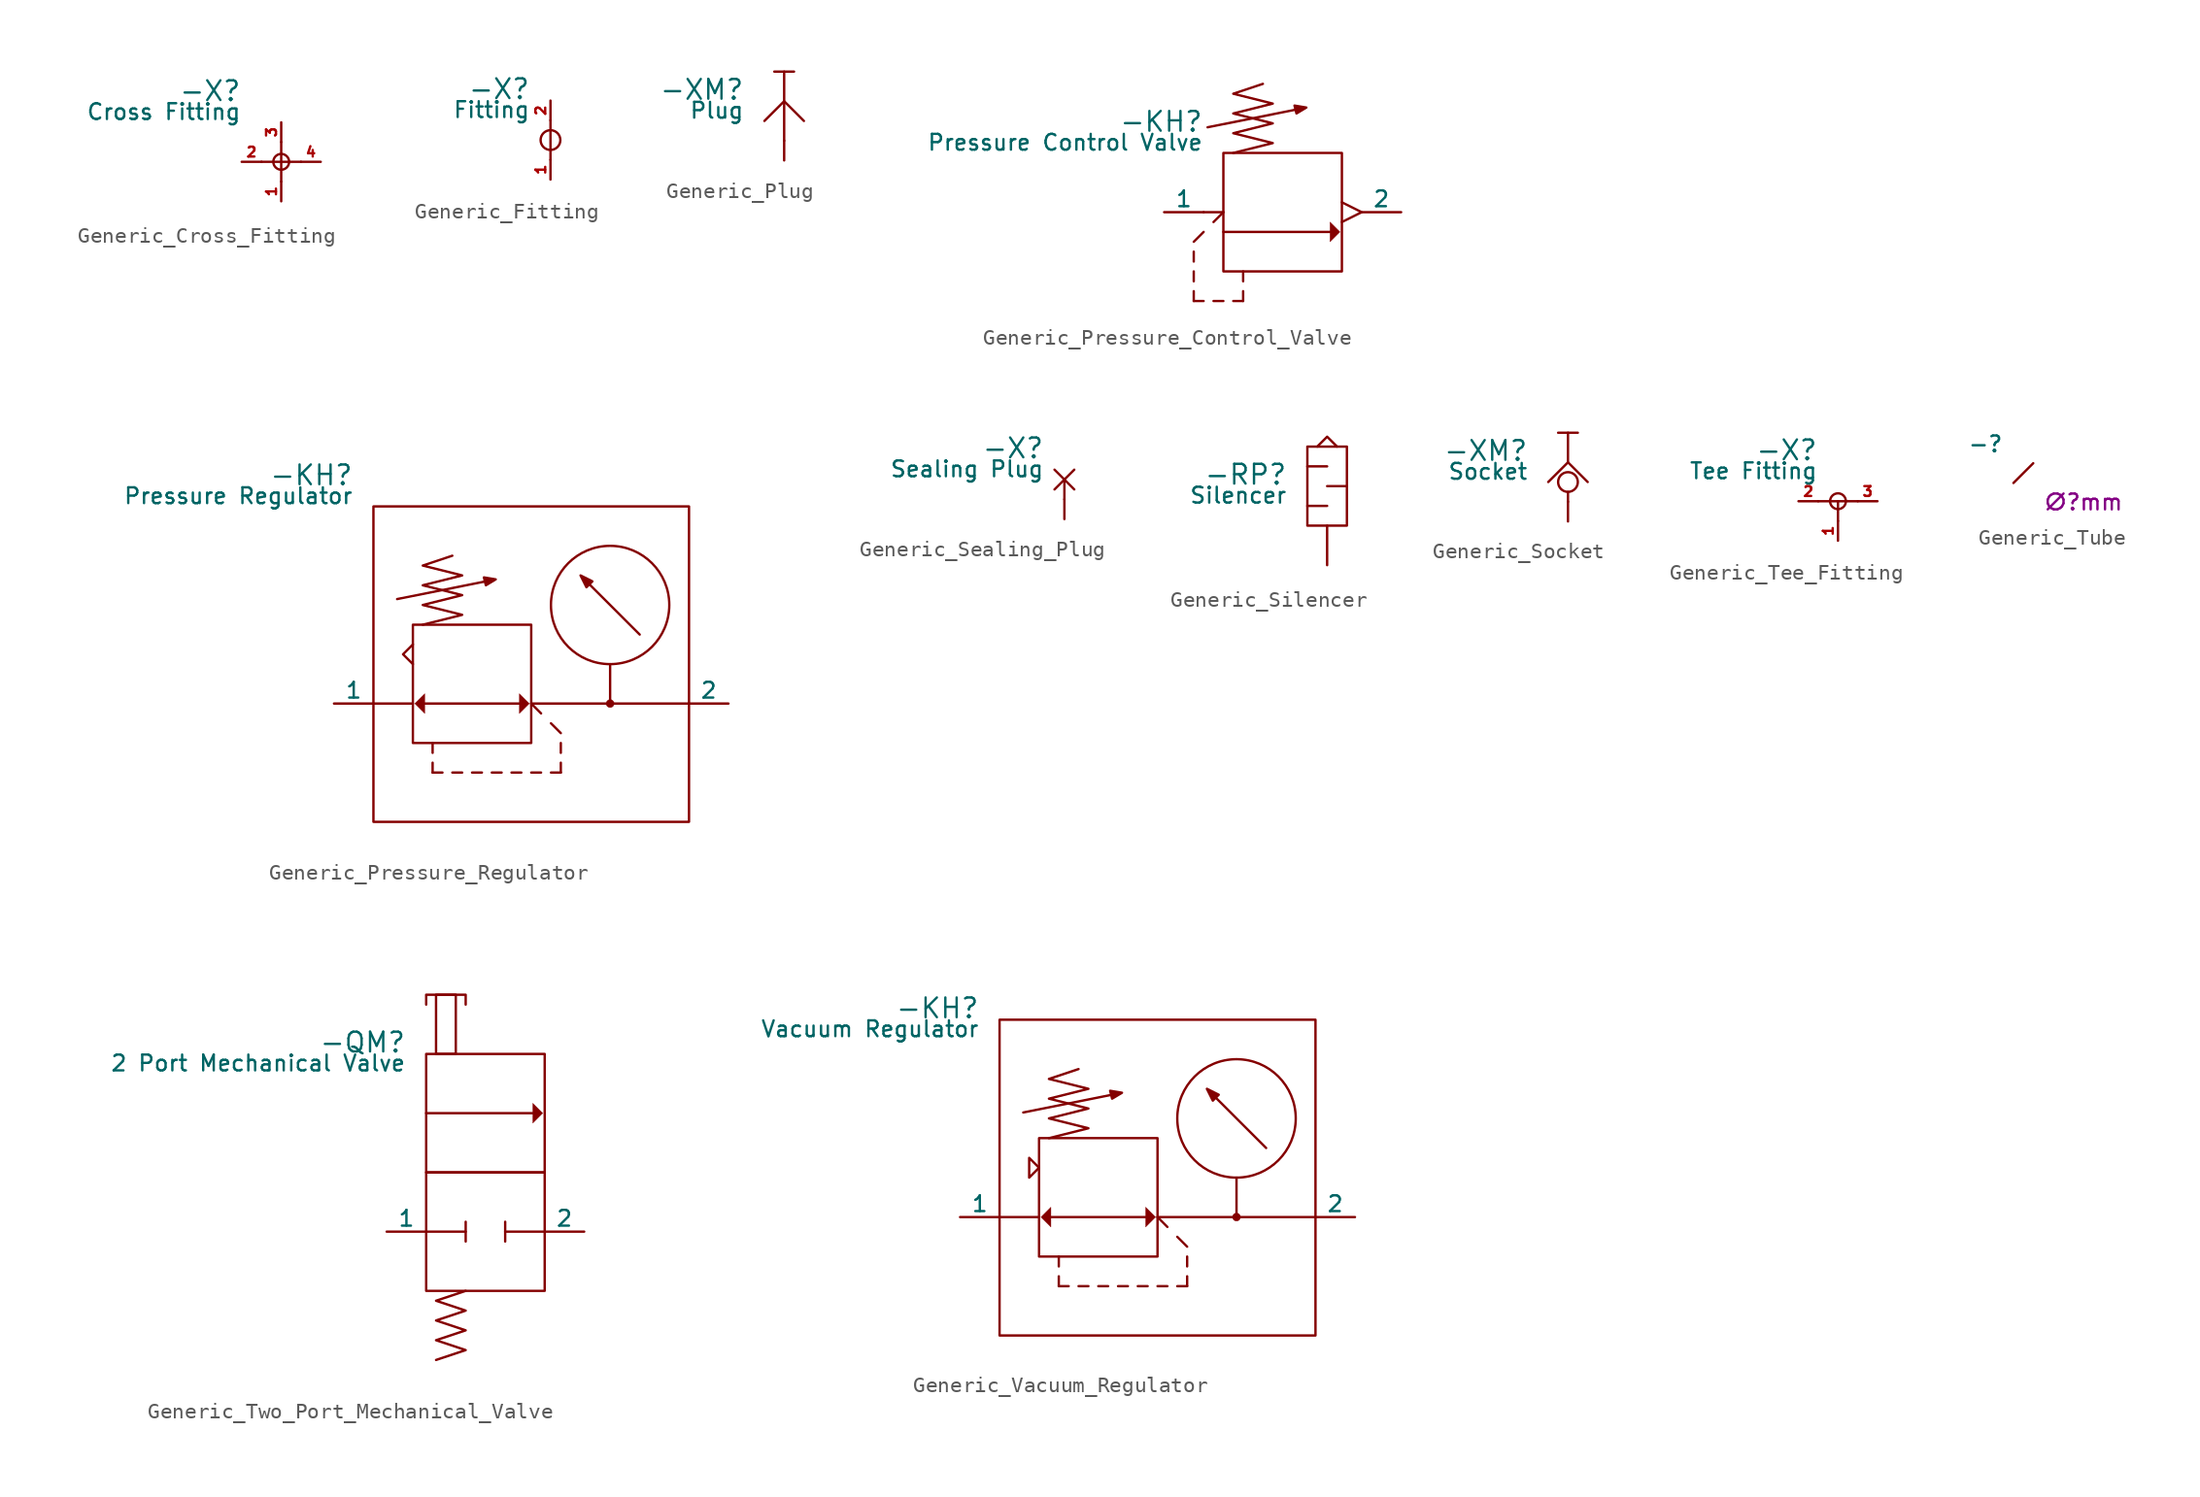
<source format=kicad_sym>
(kicad_symbol_lib
  (version 20231120)
  (generator "kicad_symbol_editor")
  (generator_version "8.0")
  (symbol "Generic_Cross_Fitting"
    (pin_names
      (offset 0) hide)
    (property "Reference" "-X"
      (at -2.54 3.81 0)
      (effects (font (size 1.27 1.27)) (justify right bottom)))
    (property "Value" "Cross Fitting"
      (at -2.54 3.81 0)
      (effects (font (size 1.016 1.016)) (justify right top)))
    (symbol "Generic_Cross_Fitting_0_1"
      (polyline (pts (xy -1.27 0) (xy 1.27 0)) (stroke (width 0) (type default)) (fill (type none)))
      (polyline (pts (xy 0 1.27) (xy 0 -1.27)) (stroke (width 0) (type default)) (fill (type none))))
    (symbol "Generic_Cross_Fitting_1_1"
      (circle (center 0 0) (radius 0.508) (stroke (width 0) (type default)) (fill (type none)))
      (pin passive line (at 0 -2.54 90) (length 1.27) (name "1" (effects (font (size 1.27 1.27)))) (number "1" (effects (font (size 0.635 0.635)))))
      (pin passive line (at -2.54 0 0) (length 1.27) (name "2" (effects (font (size 1.27 1.27)))) (number "2" (effects (font (size 0.635 0.635)))))
      (pin passive line (at 0 2.54 270) (length 1.27) (name "3" (effects (font (size 1.27 1.27)))) (number "3" (effects (font (size 0.635 0.635)))))
      (pin passive line (at 2.54 0 180) (length 1.27) (name "4" (effects (font (size 1.27 1.27)))) (number "4" (effects (font (size 0.635 0.635)))))))
  (symbol "Generic_Fitting"
    (pin_names hide)
    (property "Reference" "-X"
      (at -1.27 2.54 0)
      (effects (font (size 1.27 1.27)) (justify right bottom)))
    (property "Value" "Fitting"
      (at -1.27 2.54 0)
      (effects (font (size 1.016 1.016)) (justify right top)))
    (symbol "Generic_Fitting_0_1"
      (polyline (pts (xy 0 1.27) (xy 0 -1.27)) (stroke (width 0) (type default)) (fill (type none)))
      (circle (center 0 0) (radius 0.635) (stroke (width 0) (type default)) (fill (type none))))
    (symbol "Generic_Fitting_1_1"
      (pin passive line (at 0 -2.54 90) (length 1.27) (name "1" (effects (font (size 1.27 1.27)))) (number "1" (effects (font (size 0.635 0.635)))))
      (pin passive line (at 0 2.54 270) (length 1.27) (name "2" (effects (font (size 1.27 1.27)))) (number "2" (effects (font (size 0.635 0.635)))))))
  (symbol "Generic_Plug"
    (pin_numbers hide)
    (pin_names hide)
    (property "Reference" "-XM"
      (at -2.54 1.27 0)
      (effects (font (size 1.27 1.27)) (justify right bottom)))
    (property "Value" "Plug"
      (at -2.54 1.27 0)
      (effects (font (size 1.016 1.016)) (justify right top)))
    (symbol "Generic_Plug_0_1"
      (polyline (pts (xy -0.635 3.175) (xy 0.635 3.175)) (stroke (width 0) (type default)) (fill (type none)))
      (polyline (pts (xy 0 3.175) (xy 0 -1.27)) (stroke (width 0) (type default)) (fill (type none)))
      (polyline (pts (xy -1.27 0) (xy 0 1.27) (xy 1.27 0)) (stroke (width 0) (type default)) (fill (type none))))
    (symbol "Generic_Plug_1_1"
      (pin passive line (at 0 -2.54 90) (length 1.27) (name "1" (effects (font (size 1.27 1.27)))) (number "1" (effects (font (size 1.27 1.27)))))))
  (symbol "Generic_Pressure_Control_Valve"
    (pin_numbers hide)
    (pin_names
      (offset 0))
    (property "Reference" "-KH"
      (at -5.08 5.08 0)
      (effects (font (size 1.27 1.27)) (justify right bottom)))
    (property "Value" "Pressure Control Valve"
      (at -5.08 5.08 0)
      (effects (font (size 1.016 1.016)) (justify right top)))
    (symbol "Generic_Pressure_Control_Valve_0_1"
      (rectangle (start -3.81 3.81) (end 3.81 -3.81) (stroke (width 0) (type default)) (fill (type none)))
      (polyline (pts (xy -5.715 -5.08) (xy -5.715 -5.715)) (stroke (width 0) (type default)) (fill (type none)))
      (polyline (pts (xy -5.715 -3.81) (xy -5.715 -4.445)) (stroke (width 0) (type default)) (fill (type none)))
      (polyline (pts (xy -5.715 -2.54) (xy -5.715 -3.175)) (stroke (width 0) (type default)) (fill (type none)))
      (polyline (pts (xy -5.715 -1.905) (xy -5.08 -1.27)) (stroke (width 0) (type default)) (fill (type none)))
      (polyline (pts (xy -5.08 -5.715) (xy -5.715 -5.715)) (stroke (width 0) (type default)) (fill (type none)))
      (polyline (pts (xy -5.08 0) (xy -3.81 0)) (stroke (width 0) (type default)) (fill (type none)))
      (polyline (pts (xy -4.445 -0.635) (xy -3.81 0)) (stroke (width 0) (type default)) (fill (type none)))
      (polyline (pts (xy -3.81 -5.715) (xy -4.445 -5.715)) (stroke (width 0) (type default)) (fill (type none)))
      (polyline (pts (xy -2.54 -5.715) (xy -3.175 -5.715)) (stroke (width 0) (type default)) (fill (type none)))
      (polyline (pts (xy -2.54 -5.715) (xy -2.54 -5.08)) (stroke (width 0) (type default)) (fill (type none)))
      (polyline (pts (xy -2.54 -4.445) (xy -2.54 -3.81)) (stroke (width 0) (type default)) (fill (type none)))
      (polyline (pts (xy 3.048 -1.27) (xy -3.81 -1.27)) (stroke (width 0) (type default)) (fill (type none)))
      (polyline (pts (xy 3.81 0.635) (xy 5.08 0) (xy 3.81 -0.635)) (stroke (width 0) (type default)) (fill (type none)))
      (polyline (pts (xy 3.683 -1.27) (xy 3.048 -0.635) (xy 3.048 -1.905) (xy 3.683 -1.27)) (stroke (width 0.025) (type default)) (fill (type outline)))
      (polyline (pts (xy -4.826 5.461) (xy 1.524 6.731) (xy 0.889 6.35) (xy 0.762 6.858) (xy 1.524 6.731)) (stroke (width 0) (type default)) (fill (type outline)))
      (polyline (pts (xy -3.175 3.81) (xy -0.635 4.445) (xy -3.175 5.08) (xy -0.635 5.715) (xy -3.175 6.35) (xy -0.635 6.985) (xy -3.175 7.62) (xy -1.27 8.255)) (stroke (width 0) (type default)) (fill (type none))))
    (symbol "Generic_Pressure_Control_Valve_1_1"
      (pin passive line (at -7.62 0 0) (length 2.54) (name "1" (effects (font (size 1.016 1.016)))) (number "1" (effects (font (size 1.016 1.016)))))
      (pin passive line (at 7.62 0 180) (length 2.54) (name "2" (effects (font (size 1.016 1.016)))) (number "2" (effects (font (size 1.016 1.016)))))))
  (symbol "Generic_Pressure_Regulator"
    (pin_numbers hide)
    (pin_names
      (offset 0))
    (property "Reference" "-KH"
      (at -11.43 13.97 0)
      (effects (font (size 1.27 1.27)) (justify right bottom)))
    (property "Value" "Pressure Regulator"
      (at -11.43 13.97 0)
      (effects (font (size 1.016 1.016)) (justify right top)))
    (symbol "Generic_Pressure_Regulator_0_1"
      (rectangle (start -10.16 12.7) (end 10.16 -7.62) (stroke (width 0) (type default)) (fill (type none)))
      (rectangle (start -7.62 5.08) (end 0 -2.54) (stroke (width 0) (type default)) (fill (type none)))
      (polyline (pts (xy -10.16 0) (xy -7.62 0)) (stroke (width 0) (type default)) (fill (type none)))
      (polyline (pts (xy -6.35 -4.445) (xy -6.35 -3.81)) (stroke (width 0) (type default)) (fill (type none)))
      (polyline (pts (xy -6.35 -3.175) (xy -6.35 -2.54)) (stroke (width 0) (type default)) (fill (type none)))
      (polyline (pts (xy -5.715 -4.445) (xy -6.35 -4.445)) (stroke (width 0) (type default)) (fill (type none)))
      (polyline (pts (xy -4.445 -4.445) (xy -5.08 -4.445)) (stroke (width 0) (type default)) (fill (type none)))
      (polyline (pts (xy -3.175 -4.445) (xy -3.81 -4.445)) (stroke (width 0) (type default)) (fill (type none)))
      (polyline (pts (xy -1.905 -4.445) (xy -2.54 -4.445)) (stroke (width 0) (type default)) (fill (type none)))
      (polyline (pts (xy -0.762 0) (xy -6.858 0)) (stroke (width 0) (type default)) (fill (type none)))
      (polyline (pts (xy -0.635 -4.445) (xy -1.27 -4.445)) (stroke (width 0) (type default)) (fill (type none)))
      (polyline (pts (xy 0 0) (xy 0.635 -0.635)) (stroke (width 0) (type default)) (fill (type none)))
      (polyline (pts (xy 0 0) (xy 10.16 0)) (stroke (width 0) (type default)) (fill (type none)))
      (polyline (pts (xy 0.635 -4.445) (xy 0 -4.445)) (stroke (width 0) (type default)) (fill (type none)))
      (polyline (pts (xy 1.27 -1.27) (xy 1.905 -1.905)) (stroke (width 0) (type default)) (fill (type none)))
      (polyline (pts (xy 1.905 -4.445) (xy 1.27 -4.445)) (stroke (width 0) (type default)) (fill (type none)))
      (polyline (pts (xy 1.905 -3.81) (xy 1.905 -4.445)) (stroke (width 0) (type default)) (fill (type none)))
      (polyline (pts (xy 1.905 -2.54) (xy 1.905 -3.175)) (stroke (width 0) (type default)) (fill (type none)))
      (polyline (pts (xy 5.08 0) (xy 5.08 2.54)) (stroke (width 0) (type default)) (fill (type none)))
      (polyline (pts (xy -7.62 2.54) (xy -8.255 3.175) (xy -7.62 3.81)) (stroke (width 0) (type default)) (fill (type none)))
      (polyline (pts (xy -7.493 0) (xy -6.858 0.635) (xy -6.858 -0.635) (xy -7.493 0)) (stroke (width 0.025) (type default)) (fill (type outline)))
      (polyline (pts (xy -0.127 0) (xy -0.762 0.635) (xy -0.762 -0.635) (xy -0.127 0)) (stroke (width 0.025) (type default)) (fill (type outline)))
      (polyline (pts (xy -8.636 6.731) (xy -2.286 8.001) (xy -2.921 7.62) (xy -3.048 8.128) (xy -2.286 8.001)) (stroke (width 0) (type default)) (fill (type outline)))
      (polyline (pts (xy 6.985 4.445) (xy 3.175 8.255) (xy 3.556 7.493) (xy 3.937 7.874) (xy 3.175 8.255)) (stroke (width 0) (type default)) (fill (type outline)))
      (polyline (pts (xy -6.985 5.08) (xy -4.445 5.715) (xy -6.985 6.35) (xy -4.445 6.985) (xy -6.985 7.62) (xy -4.445 8.255) (xy -6.985 8.89) (xy -5.08 9.525)) (stroke (width 0) (type default)) (fill (type none)))
      (circle (center 5.08 0) (radius 0.254) (stroke (width 0.025) (type default)) (fill (type outline)))
      (circle (center 5.08 6.35) (radius 3.81) (stroke (width 0) (type default)) (fill (type none))))
    (symbol "Generic_Pressure_Regulator_1_1"
      (pin passive line (at -12.7 0 0) (length 2.54) (name "1" (effects (font (size 1.016 1.016)))) (number "1" (effects (font (size 1.016 1.016)))))
      (pin passive line (at 12.7 0 180) (length 2.54) (name "2" (effects (font (size 1.016 1.016)))) (number "2" (effects (font (size 1.016 1.016)))))))
  (symbol "Generic_Sealing_Plug"
    (pin_numbers hide)
    (pin_names hide)
    (property "Reference" "-X"
      (at -1.27 1.27 0)
      (effects (font (size 1.27 1.27)) (justify right bottom)))
    (property "Value" "Sealing Plug"
      (at -1.27 1.27 0)
      (effects (font (size 1.016 1.016)) (justify right top)))
    (symbol "Generic_Sealing_Plug_0_1"
      (polyline (pts (xy -0.635 -0.635) (xy 0.635 0.635)) (stroke (width 0) (type default)) (fill (type none)))
      (polyline (pts (xy 0 0) (xy 0 -1.27)) (stroke (width 0) (type default)) (fill (type none)))
      (polyline (pts (xy 0.635 -0.635) (xy -0.635 0.635)) (stroke (width 0) (type default)) (fill (type none))))
    (symbol "Generic_Sealing_Plug_1_1"
      (pin passive line (at 0 -2.54 90) (length 1.27) (name "1" (effects (font (size 1.27 1.27)))) (number "1" (effects (font (size 1.27 1.27)))))))
  (symbol "Generic_Silencer"
    (pin_numbers hide)
    (pin_names hide)
    (property "Reference" "-RP"
      (at -2.54 2.54 0)
      (effects (font (size 1.27 1.27)) (justify right bottom)))
    (property "Value" "Silencer"
      (at -2.54 2.54 0)
      (effects (font (size 1.016 1.016)) (justify right top)))
    (symbol "Generic_Silencer_0_1"
      (rectangle (start -1.27 5.08) (end 1.27 0) (stroke (width 0) (type default)) (fill (type none)))
      (polyline (pts (xy -1.27 1.27) (xy 0 1.27)) (stroke (width 0) (type default)) (fill (type none)))
      (polyline (pts (xy -1.27 3.81) (xy 0 3.81)) (stroke (width 0) (type default)) (fill (type none)))
      (polyline (pts (xy 1.27 2.54) (xy 0 2.54)) (stroke (width 0) (type default)) (fill (type none)))
      (polyline (pts (xy -0.635 5.08) (xy 0 5.715) (xy 0.635 5.08)) (stroke (width 0) (type default)) (fill (type none))))
    (symbol "Generic_Silencer_1_1"
      (pin passive line (at 0 -2.54 90) (length 2.54) (name "1" (effects (font (size 1.27 1.27)))) (number "1" (effects (font (size 1.27 1.27)))))))
  (symbol "Generic_Socket"
    (pin_numbers hide)
    (pin_names hide)
    (property "Reference" "-XM"
      (at -2.54 1.27 0)
      (effects (font (size 1.27 1.27)) (justify right bottom)))
    (property "Value" "Socket"
      (at -2.54 1.27 0)
      (effects (font (size 1.016 1.016)) (justify right top)))
    (symbol "Generic_Socket_0_1"
      (polyline (pts (xy -0.635 3.175) (xy 0.635 3.175)) (stroke (width 0) (type default)) (fill (type none)))
      (polyline (pts (xy 0 -0.635) (xy 0 -1.27)) (stroke (width 0) (type default)) (fill (type none)))
      (polyline (pts (xy 0 3.175) (xy 0 1.27)) (stroke (width 0) (type default)) (fill (type none)))
      (polyline (pts (xy -1.27 0) (xy 0 1.27) (xy 1.27 0)) (stroke (width 0) (type default)) (fill (type none)))
      (circle (center 0 0) (radius 0.635) (stroke (width 0) (type default)) (fill (type none))))
    (symbol "Generic_Socket_1_1"
      (pin passive line (at 0 -2.54 90) (length 1.27) (name "1" (effects (font (size 1.27 1.27)))) (number "1" (effects (font (size 1.27 1.27)))))))
  (symbol "Generic_Tee_Fitting"
    (pin_names
      (offset 0) hide)
    (property "Reference" "-X"
      (at -1.27 2.54 0)
      (effects (font (size 1.27 1.27)) (justify right bottom)))
    (property "Value" "Tee Fitting"
      (at -1.27 2.54 0)
      (effects (font (size 1.016 1.016)) (justify right top)))
    (symbol "Generic_Tee_Fitting_0_1"
      (polyline (pts (xy -1.27 0) (xy 1.27 0)) (stroke (width 0) (type default)) (fill (type none)))
      (polyline (pts (xy 0 0) (xy 0 -1.27)) (stroke (width 0) (type default)) (fill (type none))))
    (symbol "Generic_Tee_Fitting_1_1"
      (circle (center 0 0) (radius 0.508) (stroke (width 0) (type default)) (fill (type none)))
      (pin passive line (at 0 -2.54 90) (length 1.27) (name "1" (effects (font (size 1.27 1.27)))) (number "1" (effects (font (size 0.635 0.635)))))
      (pin passive line (at -2.54 0 0) (length 1.27) (name "2" (effects (font (size 1.27 1.27)))) (number "2" (effects (font (size 0.635 0.635)))))
      (pin passive line (at 2.54 0 180) (length 1.27) (name "3" (effects (font (size 1.27 1.27)))) (number "3" (effects (font (size 0.635 0.635)))))))
  (symbol "Generic_Tube"
    (pin_numbers hide)
    (pin_names hide)
    (property "Reference" "-"
      (at -1.27 1.27 0)
      (effects (font (size 1.016 1.016)) (justify right bottom)))
    (property "Diameter" "∅?mm"
      (at 1.27 -1.27 0)
      (effects (font (size 1.016 1.016)) (justify left top)))
    (symbol "Generic_Tube_0_1"
      (polyline (pts (xy -0.635 -0.635) (xy 0.635 0.635)) (stroke (width 0) (type default)) (fill (type none)))))
  (symbol "Generic_Two_Port_Mechanical_Valve"
    (pin_numbers hide)
    (pin_names
      (offset 0))
    (property "Reference" "-QM"
      (at -5.08 11.43 0)
      (effects (font (size 1.27 1.27)) (justify right bottom)))
    (property "Value" "2 Port Mechanical Valve"
      (at -5.08 11.43 0)
      (effects (font (size 1.016 1.016)) (justify right top)))
    (property "PartNo" ""
      (at -5.08 11.43 0)
      (effects (font (size 1.016 1.016)) (justify right top)))
    (symbol "Generic_Two_Port_Mechanical_Valve_0_1"
      (rectangle (start -3.81 3.81) (end 3.81 -3.81) (stroke (width 0) (type default)) (fill (type none)))
      (rectangle (start -3.81 11.43) (end 3.81 3.81) (stroke (width 0) (type default)) (fill (type none)))
      (rectangle (start -3.175 15.24) (end -1.905 11.43) (stroke (width 0) (type default)) (fill (type none)))
      (polyline (pts (xy -3.81 0) (xy -1.27 0)) (stroke (width 0) (type default)) (fill (type none)))
      (polyline (pts (xy -1.27 -0.635) (xy -1.27 0.635)) (stroke (width 0) (type default)) (fill (type none)))
      (polyline (pts (xy 1.27 -0.635) (xy 1.27 0.635)) (stroke (width 0) (type default)) (fill (type none)))
      (polyline (pts (xy 3.048 7.62) (xy -3.81 7.62)) (stroke (width 0) (type default)) (fill (type none)))
      (polyline (pts (xy 3.81 0) (xy 1.27 0)) (stroke (width 0) (type default)) (fill (type none)))
      (polyline (pts (xy -3.81 14.605) (xy -3.81 15.24) (xy -1.27 15.24) (xy -1.27 14.605)) (stroke (width 0) (type default)) (fill (type none)))
      (polyline (pts (xy 3.683 7.62) (xy 3.048 8.255) (xy 3.048 6.985) (xy 3.683 7.62)) (stroke (width 0.025) (type default)) (fill (type outline)))
      (polyline (pts (xy -1.27 -3.81) (xy -3.175 -4.445) (xy -1.27 -5.08) (xy -3.175 -5.715) (xy -1.27 -6.35) (xy -3.175 -6.985) (xy -1.27 -7.62) (xy -3.175 -8.255)) (stroke (width 0) (type default)) (fill (type none))))
    (symbol "Generic_Two_Port_Mechanical_Valve_1_1"
      (pin passive line (at -6.35 0 0) (length 2.54) (name "1" (effects (font (size 1.016 1.016)))) (number "1" (effects (font (size 1.016 1.016)))))
      (pin passive line (at 6.35 0 180) (length 2.54) (name "2" (effects (font (size 1.016 1.016)))) (number "2" (effects (font (size 1.016 1.016)))))))
  (symbol "Generic_Vacuum_Regulator"
    (pin_numbers hide)
    (pin_names
      (offset 0))
    (property "Reference" "-KH"
      (at -11.43 12.7 0)
      (effects (font (size 1.27 1.27)) (justify right bottom)))
    (property "Value" "Vacuum Regulator"
      (at -11.43 12.7 0)
      (effects (font (size 1.016 1.016)) (justify right top)))
    (symbol "Generic_Vacuum_Regulator_0_1"
      (rectangle (start -10.16 12.7) (end 10.16 -7.62) (stroke (width 0) (type default)) (fill (type none)))
      (rectangle (start -7.62 5.08) (end 0 -2.54) (stroke (width 0) (type default)) (fill (type none)))
      (polyline (pts (xy -10.16 0) (xy -7.62 0)) (stroke (width 0) (type default)) (fill (type none)))
      (polyline (pts (xy -6.35 -4.445) (xy -6.35 -3.81)) (stroke (width 0) (type default)) (fill (type none)))
      (polyline (pts (xy -6.35 -3.175) (xy -6.35 -2.54)) (stroke (width 0) (type default)) (fill (type none)))
      (polyline (pts (xy -5.715 -4.445) (xy -6.35 -4.445)) (stroke (width 0) (type default)) (fill (type none)))
      (polyline (pts (xy -4.445 -4.445) (xy -5.08 -4.445)) (stroke (width 0) (type default)) (fill (type none)))
      (polyline (pts (xy -3.175 -4.445) (xy -3.81 -4.445)) (stroke (width 0) (type default)) (fill (type none)))
      (polyline (pts (xy -1.905 -4.445) (xy -2.54 -4.445)) (stroke (width 0) (type default)) (fill (type none)))
      (polyline (pts (xy -0.762 0) (xy -6.858 0)) (stroke (width 0) (type default)) (fill (type none)))
      (polyline (pts (xy -0.635 -4.445) (xy -1.27 -4.445)) (stroke (width 0) (type default)) (fill (type none)))
      (polyline (pts (xy 0 0) (xy 0.635 -0.635)) (stroke (width 0) (type default)) (fill (type none)))
      (polyline (pts (xy 0 0) (xy 10.16 0)) (stroke (width 0) (type default)) (fill (type none)))
      (polyline (pts (xy 0.635 -4.445) (xy 0 -4.445)) (stroke (width 0) (type default)) (fill (type none)))
      (polyline (pts (xy 1.27 -1.27) (xy 1.905 -1.905)) (stroke (width 0) (type default)) (fill (type none)))
      (polyline (pts (xy 1.905 -4.445) (xy 1.27 -4.445)) (stroke (width 0) (type default)) (fill (type none)))
      (polyline (pts (xy 1.905 -3.81) (xy 1.905 -4.445)) (stroke (width 0) (type default)) (fill (type none)))
      (polyline (pts (xy 1.905 -2.54) (xy 1.905 -3.175)) (stroke (width 0) (type default)) (fill (type none)))
      (polyline (pts (xy 5.08 0) (xy 5.08 2.54)) (stroke (width 0) (type default)) (fill (type none)))
      (polyline (pts (xy -8.255 2.54) (xy -7.62 3.175) (xy -8.255 3.81) (xy -8.255 2.54)) (stroke (width 0) (type default)) (fill (type none)))
      (polyline (pts (xy -7.493 0) (xy -6.858 0.635) (xy -6.858 -0.635) (xy -7.493 0)) (stroke (width 0.025) (type default)) (fill (type outline)))
      (polyline (pts (xy -0.127 0) (xy -0.762 0.635) (xy -0.762 -0.635) (xy -0.127 0)) (stroke (width 0.025) (type default)) (fill (type outline)))
      (polyline (pts (xy -8.636 6.731) (xy -2.286 8.001) (xy -2.921 7.62) (xy -3.048 8.128) (xy -2.286 8.001)) (stroke (width 0) (type default)) (fill (type outline)))
      (polyline (pts (xy 6.985 4.445) (xy 3.175 8.255) (xy 3.556 7.493) (xy 3.937 7.874) (xy 3.175 8.255)) (stroke (width 0) (type default)) (fill (type outline)))
      (polyline (pts (xy -6.985 5.08) (xy -4.445 5.715) (xy -6.985 6.35) (xy -4.445 6.985) (xy -6.985 7.62) (xy -4.445 8.255) (xy -6.985 8.89) (xy -5.08 9.525)) (stroke (width 0) (type default)) (fill (type none)))
      (circle (center 5.08 0) (radius 0.254) (stroke (width 0.025) (type default)) (fill (type outline)))
      (circle (center 5.08 6.35) (radius 3.81) (stroke (width 0) (type default)) (fill (type none))))
    (symbol "Generic_Vacuum_Regulator_1_1"
      (pin passive line (at -12.7 0 0) (length 2.54) (name "1" (effects (font (size 1.016 1.016)))) (number "1" (effects (font (size 1.016 1.016)))))
      (pin passive line (at 12.7 0 180) (length 2.54) (name "2" (effects (font (size 1.016 1.016)))) (number "2" (effects (font (size 1.016 1.016))))))))
</source>
